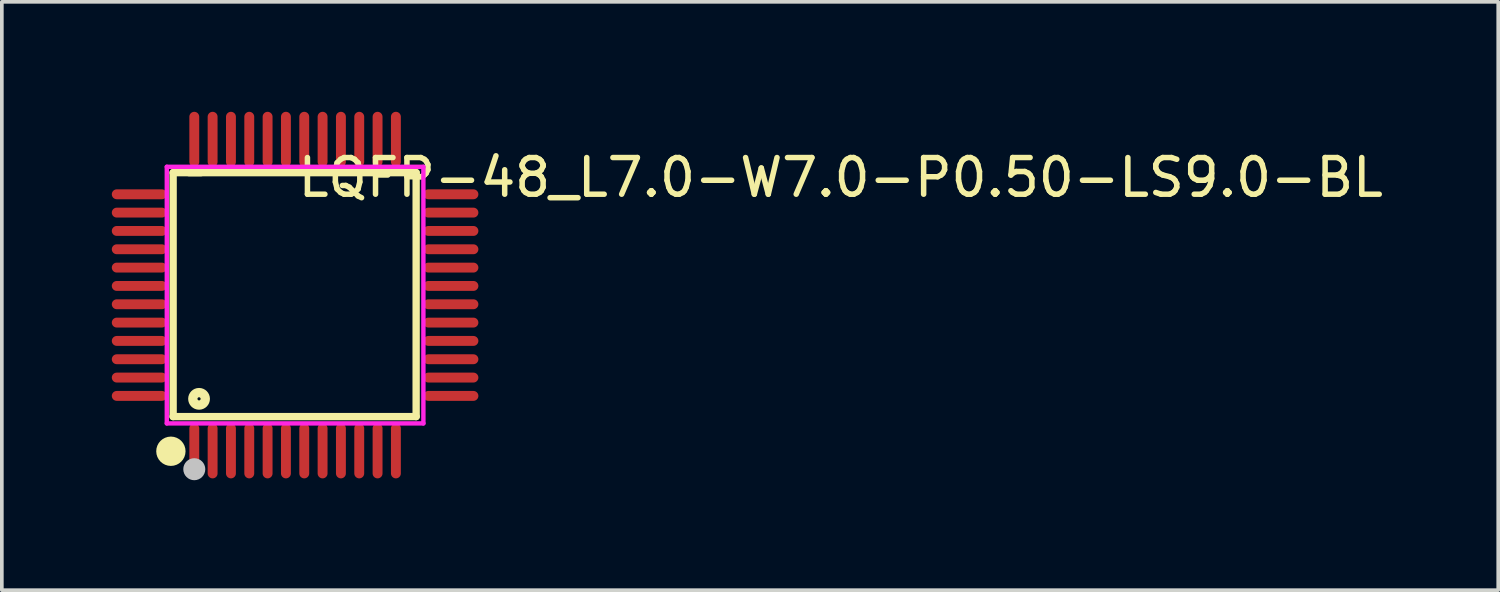
<source format=kicad_pcb>
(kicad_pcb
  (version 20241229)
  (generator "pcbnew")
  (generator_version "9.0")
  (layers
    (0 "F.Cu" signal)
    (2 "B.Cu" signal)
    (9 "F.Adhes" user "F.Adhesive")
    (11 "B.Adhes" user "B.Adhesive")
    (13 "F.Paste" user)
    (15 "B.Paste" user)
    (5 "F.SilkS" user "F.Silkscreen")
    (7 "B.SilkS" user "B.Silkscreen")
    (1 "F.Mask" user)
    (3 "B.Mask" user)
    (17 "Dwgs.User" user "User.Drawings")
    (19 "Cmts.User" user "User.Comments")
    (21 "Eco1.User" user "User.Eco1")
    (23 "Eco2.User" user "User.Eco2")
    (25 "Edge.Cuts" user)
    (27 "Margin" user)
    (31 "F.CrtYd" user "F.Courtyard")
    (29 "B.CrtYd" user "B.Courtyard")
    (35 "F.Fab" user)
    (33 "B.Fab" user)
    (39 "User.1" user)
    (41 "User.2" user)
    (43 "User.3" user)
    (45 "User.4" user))
  (footprint "LQFP-48_L7.0-W7.0-P0.50-LS9.0-BL"
    (layer "F.Cu")
    (at 5 5)
    (property "Reference" "LQFP-48_L7.0-W7.0-P0.50-LS9.0-BL" (at 0 -3.207 0) (layer "F.SilkS") (effects (font (size 1 1) (thickness 0.15)) (justify left)))
    (attr through_hole)
    (fp_line (start -3.327 -3.34) (end -2.565 -3.34) (stroke (width 0.2) (type solid)) (layer "F.SilkS"))
    (fp_line (start -3.327 3.315) (end -3.327 -3.34) (stroke (width 0.2) (type solid)) (layer "F.SilkS"))
    (fp_line (start -2.896 -3.34) (end 3.302 -3.34) (stroke (width 0.2) (type solid)) (layer "F.SilkS"))
    (fp_line (start 3.302 -3.34) (end 3.302 3.315) (stroke (width 0.2) (type solid)) (layer "F.SilkS"))
    (fp_line (start 3.302 3.315) (end -3.327 3.315) (stroke (width 0.2) (type solid)) (layer "F.SilkS"))
    (fp_arc (start -3.387 4.06) (mid -3.38973 4.460009) (end -3.38954 4.059991) (stroke (width 0.4) (type solid)) (layer "F.SilkS"))
    (fp_circle (center -2.62 2.83) (end -2.45 2.83) (stroke (width 0.254) (type solid)) (fill no) (layer "F.SilkS"))
    (fp_circle (center -2.75 4.75) (end -2.6 4.75) (stroke (width 0.3) (type solid)) (fill no) (layer "Dwgs.User"))
    (fp_line (start -3.81 -2.865) (end -3.49 -2.865) (stroke (width 0.12) (type solid)) (layer "Eco2.User"))
    (fp_line (start -3.81 -2.635) (end -3.81 -2.865) (stroke (width 0.12) (type solid)) (layer "Eco2.User"))
    (fp_line (start -3.81 -2.365) (end -3.49 -2.365) (stroke (width 0.12) (type solid)) (layer "Eco2.User"))
    (fp_line (start -3.81 -2.135) (end -3.81 -2.365) (stroke (width 0.12) (type solid)) (layer "Eco2.User"))
    (fp_line (start -3.81 -1.865) (end -3.49 -1.865) (stroke (width 0.12) (type solid)) (layer "Eco2.User"))
    (fp_line (start -3.81 -1.635) (end -3.81 -1.865) (stroke (width 0.12) (type solid)) (layer "Eco2.User"))
    (fp_line (start -3.81 -1.365) (end -3.49 -1.365) (stroke (width 0.12) (type solid)) (layer "Eco2.User"))
    (fp_line (start -3.81 -1.135) (end -3.81 -1.365) (stroke (width 0.12) (type solid)) (layer "Eco2.User"))
    (fp_line (start -3.81 -0.865) (end -3.49 -0.865) (stroke (width 0.12) (type solid)) (layer "Eco2.User"))
    (fp_line (start -3.81 -0.635) (end -3.81 -0.865) (stroke (width 0.12) (type solid)) (layer "Eco2.User"))
    (fp_line (start -3.81 -0.365) (end -3.49 -0.365) (stroke (width 0.12) (type solid)) (layer "Eco2.User"))
    (fp_line (start -3.81 -0.135) (end -3.81 -0.365) (stroke (width 0.12) (type solid)) (layer "Eco2.User"))
    (fp_line (start -3.81 0.135) (end -3.49 0.135) (stroke (width 0.12) (type solid)) (layer "Eco2.User"))
    (fp_line (start -3.81 0.365) (end -3.81 0.135) (stroke (width 0.12) (type solid)) (layer "Eco2.User"))
    (fp_line (start -3.81 0.635) (end -3.49 0.635) (stroke (width 0.12) (type solid)) (layer "Eco2.User"))
    (fp_line (start -3.81 0.865) (end -3.81 0.635) (stroke (width 0.12) (type solid)) (layer "Eco2.User"))
    (fp_line (start -3.81 1.135) (end -3.49 1.135) (stroke (width 0.12) (type solid)) (layer "Eco2.User"))
    (fp_line (start -3.81 1.365) (end -3.81 1.135) (stroke (width 0.12) (type solid)) (layer "Eco2.User"))
    (fp_line (start -3.81 1.635) (end -3.49 1.635) (stroke (width 0.12) (type solid)) (layer "Eco2.User"))
    (fp_line (start -3.81 1.865) (end -3.81 1.635) (stroke (width 0.12) (type solid)) (layer "Eco2.User"))
    (fp_line (start -3.81 2.135) (end -3.49 2.135) (stroke (width 0.12) (type solid)) (layer "Eco2.User"))
    (fp_line (start -3.81 2.365) (end -3.81 2.135) (stroke (width 0.12) (type solid)) (layer "Eco2.User"))
    (fp_line (start -3.81 2.635) (end -3.49 2.635) (stroke (width 0.12) (type solid)) (layer "Eco2.User"))
    (fp_line (start -3.81 2.865) (end -3.81 2.635) (stroke (width 0.12) (type solid)) (layer "Eco2.User"))
    (fp_line (start -3.49 -2.865) (end -3.49 -2.635) (stroke (width 0.12) (type solid)) (layer "Eco2.User"))
    (fp_line (start -3.49 -2.635) (end -3.81 -2.635) (stroke (width 0.12) (type solid)) (layer "Eco2.User"))
    (fp_line (start -3.49 -2.365) (end -3.49 -2.135) (stroke (width 0.12) (type solid)) (layer "Eco2.User"))
    (fp_line (start -3.49 -2.135) (end -3.81 -2.135) (stroke (width 0.12) (type solid)) (layer "Eco2.User"))
    (fp_line (start -3.49 -1.865) (end -3.49 -1.635) (stroke (width 0.12) (type solid)) (layer "Eco2.User"))
    (fp_line (start -3.49 -1.635) (end -3.81 -1.635) (stroke (width 0.12) (type solid)) (layer "Eco2.User"))
    (fp_line (start -3.49 -1.365) (end -3.49 -1.135) (stroke (width 0.12) (type solid)) (layer "Eco2.User"))
    (fp_line (start -3.49 -1.135) (end -3.81 -1.135) (stroke (width 0.12) (type solid)) (layer "Eco2.User"))
    (fp_line (start -3.49 -0.865) (end -3.49 -0.635) (stroke (width 0.12) (type solid)) (layer "Eco2.User"))
    (fp_line (start -3.49 -0.635) (end -3.81 -0.635) (stroke (width 0.12) (type solid)) (layer "Eco2.User"))
    (fp_line (start -3.49 -0.365) (end -3.49 -0.135) (stroke (width 0.12) (type solid)) (layer "Eco2.User"))
    (fp_line (start -3.49 -0.135) (end -3.81 -0.135) (stroke (width 0.12) (type solid)) (layer "Eco2.User"))
    (fp_line (start -3.49 0.135) (end -3.49 0.365) (stroke (width 0.12) (type solid)) (layer "Eco2.User"))
    (fp_line (start -3.49 0.365) (end -3.81 0.365) (stroke (width 0.12) (type solid)) (layer "Eco2.User"))
    (fp_line (start -3.49 0.635) (end -3.49 0.865) (stroke (width 0.12) (type solid)) (layer "Eco2.User"))
    (fp_line (start -3.49 0.865) (end -3.81 0.865) (stroke (width 0.12) (type solid)) (layer "Eco2.User"))
    (fp_line (start -3.49 1.135) (end -3.49 1.365) (stroke (width 0.12) (type solid)) (layer "Eco2.User"))
    (fp_line (start -3.49 1.365) (end -3.81 1.365) (stroke (width 0.12) (type solid)) (layer "Eco2.User"))
    (fp_line (start -3.49 1.635) (end -3.49 1.865) (stroke (width 0.12) (type solid)) (layer "Eco2.User"))
    (fp_line (start -3.49 1.865) (end -3.81 1.865) (stroke (width 0.12) (type solid)) (layer "Eco2.User"))
    (fp_line (start -3.49 2.135) (end -3.49 2.365) (stroke (width 0.12) (type solid)) (layer "Eco2.User"))
    (fp_line (start -3.49 2.365) (end -3.81 2.365) (stroke (width 0.12) (type solid)) (layer "Eco2.User"))
    (fp_line (start -3.49 2.635) (end -3.49 2.865) (stroke (width 0.12) (type solid)) (layer "Eco2.User"))
    (fp_line (start -3.49 2.865) (end -3.81 2.865) (stroke (width 0.12) (type solid)) (layer "Eco2.User"))
    (fp_line (start -2.865 -3.81) (end -2.635 -3.81) (stroke (width 0.12) (type solid)) (layer "Eco2.User"))
    (fp_line (start -2.865 -3.49) (end -2.865 -3.81) (stroke (width 0.12) (type solid)) (layer "Eco2.User"))
    (fp_line (start -2.865 3.49) (end -2.635 3.49) (stroke (width 0.12) (type solid)) (layer "Eco2.User"))
    (fp_line (start -2.865 3.81) (end -2.865 3.49) (stroke (width 0.12) (type solid)) (layer "Eco2.User"))
    (fp_line (start -2.635 -3.81) (end -2.635 -3.49) (stroke (width 0.12) (type solid)) (layer "Eco2.User"))
    (fp_line (start -2.635 -3.49) (end -2.865 -3.49) (stroke (width 0.12) (type solid)) (layer "Eco2.User"))
    (fp_line (start -2.635 3.49) (end -2.635 3.81) (stroke (width 0.12) (type solid)) (layer "Eco2.User"))
    (fp_line (start -2.635 3.81) (end -2.865 3.81) (stroke (width 0.12) (type solid)) (layer "Eco2.User"))
    (fp_line (start -2.365 -3.81) (end -2.135 -3.81) (stroke (width 0.12) (type solid)) (layer "Eco2.User"))
    (fp_line (start -2.365 -3.49) (end -2.365 -3.81) (stroke (width 0.12) (type solid)) (layer "Eco2.User"))
    (fp_line (start -2.365 3.49) (end -2.135 3.49) (stroke (width 0.12) (type solid)) (layer "Eco2.User"))
    (fp_line (start -2.365 3.81) (end -2.365 3.49) (stroke (width 0.12) (type solid)) (layer "Eco2.User"))
    (fp_line (start -2.135 -3.81) (end -2.135 -3.49) (stroke (width 0.12) (type solid)) (layer "Eco2.User"))
    (fp_line (start -2.135 -3.49) (end -2.365 -3.49) (stroke (width 0.12) (type solid)) (layer "Eco2.User"))
    (fp_line (start -2.135 3.49) (end -2.135 3.81) (stroke (width 0.12) (type solid)) (layer "Eco2.User"))
    (fp_line (start -2.135 3.81) (end -2.365 3.81) (stroke (width 0.12) (type solid)) (layer "Eco2.User"))
    (fp_line (start -1.865 -3.81) (end -1.635 -3.81) (stroke (width 0.12) (type solid)) (layer "Eco2.User"))
    (fp_line (start -1.865 -3.49) (end -1.865 -3.81) (stroke (width 0.12) (type solid)) (layer "Eco2.User"))
    (fp_line (start -1.865 3.49) (end -1.635 3.49) (stroke (width 0.12) (type solid)) (layer "Eco2.User"))
    (fp_line (start -1.865 3.81) (end -1.865 3.49) (stroke (width 0.12) (type solid)) (layer "Eco2.User"))
    (fp_line (start -1.635 -3.81) (end -1.635 -3.49) (stroke (width 0.12) (type solid)) (layer "Eco2.User"))
    (fp_line (start -1.635 -3.49) (end -1.865 -3.49) (stroke (width 0.12) (type solid)) (layer "Eco2.User"))
    (fp_line (start -1.635 3.49) (end -1.635 3.81) (stroke (width 0.12) (type solid)) (layer "Eco2.User"))
    (fp_line (start -1.635 3.81) (end -1.865 3.81) (stroke (width 0.12) (type solid)) (layer "Eco2.User"))
    (fp_line (start -1.365 -3.81) (end -1.135 -3.81) (stroke (width 0.12) (type solid)) (layer "Eco2.User"))
    (fp_line (start -1.365 -3.49) (end -1.365 -3.81) (stroke (width 0.12) (type solid)) (layer "Eco2.User"))
    (fp_line (start -1.365 3.49) (end -1.135 3.49) (stroke (width 0.12) (type solid)) (layer "Eco2.User"))
    (fp_line (start -1.365 3.81) (end -1.365 3.49) (stroke (width 0.12) (type solid)) (layer "Eco2.User"))
    (fp_line (start -1.135 -3.81) (end -1.135 -3.49) (stroke (width 0.12) (type solid)) (layer "Eco2.User"))
    (fp_line (start -1.135 -3.49) (end -1.365 -3.49) (stroke (width 0.12) (type solid)) (layer "Eco2.User"))
    (fp_line (start -1.135 3.49) (end -1.135 3.81) (stroke (width 0.12) (type solid)) (layer "Eco2.User"))
    (fp_line (start -1.135 3.81) (end -1.365 3.81) (stroke (width 0.12) (type solid)) (layer "Eco2.User"))
    (fp_line (start -0.865 -3.81) (end -0.635 -3.81) (stroke (width 0.12) (type solid)) (layer "Eco2.User"))
    (fp_line (start -0.865 -3.49) (end -0.865 -3.81) (stroke (width 0.12) (type solid)) (layer "Eco2.User"))
    (fp_line (start -0.865 3.49) (end -0.635 3.49) (stroke (width 0.12) (type solid)) (layer "Eco2.User"))
    (fp_line (start -0.865 3.81) (end -0.865 3.49) (stroke (width 0.12) (type solid)) (layer "Eco2.User"))
    (fp_line (start -0.635 -3.81) (end -0.635 -3.49) (stroke (width 0.12) (type solid)) (layer "Eco2.User"))
    (fp_line (start -0.635 -3.49) (end -0.865 -3.49) (stroke (width 0.12) (type solid)) (layer "Eco2.User"))
    (fp_line (start -0.635 3.49) (end -0.635 3.81) (stroke (width 0.12) (type solid)) (layer "Eco2.User"))
    (fp_line (start -0.635 3.81) (end -0.865 3.81) (stroke (width 0.12) (type solid)) (layer "Eco2.User"))
    (fp_line (start -0.365 -3.81) (end -0.135 -3.81) (stroke (width 0.12) (type solid)) (layer "Eco2.User"))
    (fp_line (start -0.365 -3.49) (end -0.365 -3.81) (stroke (width 0.12) (type solid)) (layer "Eco2.User"))
    (fp_line (start -0.365 3.49) (end -0.135 3.49) (stroke (width 0.12) (type solid)) (layer "Eco2.User"))
    (fp_line (start -0.365 3.81) (end -0.365 3.49) (stroke (width 0.12) (type solid)) (layer "Eco2.User"))
    (fp_line (start -0.135 -3.81) (end -0.135 -3.49) (stroke (width 0.12) (type solid)) (layer "Eco2.User"))
    (fp_line (start -0.135 -3.49) (end -0.365 -3.49) (stroke (width 0.12) (type solid)) (layer "Eco2.User"))
    (fp_line (start -0.135 3.49) (end -0.135 3.81) (stroke (width 0.12) (type solid)) (layer "Eco2.User"))
    (fp_line (start -0.135 3.81) (end -0.365 3.81) (stroke (width 0.12) (type solid)) (layer "Eco2.User"))
    (fp_line (start 0.135 -3.81) (end 0.365 -3.81) (stroke (width 0.12) (type solid)) (layer "Eco2.User"))
    (fp_line (start 0.135 -3.49) (end 0.135 -3.81) (stroke (width 0.12) (type solid)) (layer "Eco2.User"))
    (fp_line (start 0.135 3.49) (end 0.365 3.49) (stroke (width 0.12) (type solid)) (layer "Eco2.User"))
    (fp_line (start 0.135 3.81) (end 0.135 3.49) (stroke (width 0.12) (type solid)) (layer "Eco2.User"))
    (fp_line (start 0.365 -3.81) (end 0.365 -3.49) (stroke (width 0.12) (type solid)) (layer "Eco2.User"))
    (fp_line (start 0.365 -3.49) (end 0.135 -3.49) (stroke (width 0.12) (type solid)) (layer "Eco2.User"))
    (fp_line (start 0.365 3.49) (end 0.365 3.81) (stroke (width 0.12) (type solid)) (layer "Eco2.User"))
    (fp_line (start 0.365 3.81) (end 0.135 3.81) (stroke (width 0.12) (type solid)) (layer "Eco2.User"))
    (fp_line (start 0.635 -3.81) (end 0.865 -3.81) (stroke (width 0.12) (type solid)) (layer "Eco2.User"))
    (fp_line (start 0.635 -3.49) (end 0.635 -3.81) (stroke (width 0.12) (type solid)) (layer "Eco2.User"))
    (fp_line (start 0.635 3.49) (end 0.865 3.49) (stroke (width 0.12) (type solid)) (layer "Eco2.User"))
    (fp_line (start 0.635 3.81) (end 0.635 3.49) (stroke (width 0.12) (type solid)) (layer "Eco2.User"))
    (fp_line (start 0.865 -3.81) (end 0.865 -3.49) (stroke (width 0.12) (type solid)) (layer "Eco2.User"))
    (fp_line (start 0.865 -3.49) (end 0.635 -3.49) (stroke (width 0.12) (type solid)) (layer "Eco2.User"))
    (fp_line (start 0.865 3.49) (end 0.865 3.81) (stroke (width 0.12) (type solid)) (layer "Eco2.User"))
    (fp_line (start 0.865 3.81) (end 0.635 3.81) (stroke (width 0.12) (type solid)) (layer "Eco2.User"))
    (fp_line (start 1.135 -3.81) (end 1.365 -3.81) (stroke (width 0.12) (type solid)) (layer "Eco2.User"))
    (fp_line (start 1.135 -3.49) (end 1.135 -3.81) (stroke (width 0.12) (type solid)) (layer "Eco2.User"))
    (fp_line (start 1.135 3.49) (end 1.365 3.49) (stroke (width 0.12) (type solid)) (layer "Eco2.User"))
    (fp_line (start 1.135 3.81) (end 1.135 3.49) (stroke (width 0.12) (type solid)) (layer "Eco2.User"))
    (fp_line (start 1.365 -3.81) (end 1.365 -3.49) (stroke (width 0.12) (type solid)) (layer "Eco2.User"))
    (fp_line (start 1.365 -3.49) (end 1.135 -3.49) (stroke (width 0.12) (type solid)) (layer "Eco2.User"))
    (fp_line (start 1.365 3.49) (end 1.365 3.81) (stroke (width 0.12) (type solid)) (layer "Eco2.User"))
    (fp_line (start 1.365 3.81) (end 1.135 3.81) (stroke (width 0.12) (type solid)) (layer "Eco2.User"))
    (fp_line (start 1.635 -3.81) (end 1.865 -3.81) (stroke (width 0.12) (type solid)) (layer "Eco2.User"))
    (fp_line (start 1.635 -3.49) (end 1.635 -3.81) (stroke (width 0.12) (type solid)) (layer "Eco2.User"))
    (fp_line (start 1.635 3.49) (end 1.865 3.49) (stroke (width 0.12) (type solid)) (layer "Eco2.User"))
    (fp_line (start 1.635 3.81) (end 1.635 3.49) (stroke (width 0.12) (type solid)) (layer "Eco2.User"))
    (fp_line (start 1.865 -3.81) (end 1.865 -3.49) (stroke (width 0.12) (type solid)) (layer "Eco2.User"))
    (fp_line (start 1.865 -3.49) (end 1.635 -3.49) (stroke (width 0.12) (type solid)) (layer "Eco2.User"))
    (fp_line (start 1.865 3.49) (end 1.865 3.81) (stroke (width 0.12) (type solid)) (layer "Eco2.User"))
    (fp_line (start 1.865 3.81) (end 1.635 3.81) (stroke (width 0.12) (type solid)) (layer "Eco2.User"))
    (fp_line (start 2.135 -3.81) (end 2.365 -3.81) (stroke (width 0.12) (type solid)) (layer "Eco2.User"))
    (fp_line (start 2.135 -3.49) (end 2.135 -3.81) (stroke (width 0.12) (type solid)) (layer "Eco2.User"))
    (fp_line (start 2.135 3.49) (end 2.365 3.49) (stroke (width 0.12) (type solid)) (layer "Eco2.User"))
    (fp_line (start 2.135 3.81) (end 2.135 3.49) (stroke (width 0.12) (type solid)) (layer "Eco2.User"))
    (fp_line (start 2.365 -3.81) (end 2.365 -3.49) (stroke (width 0.12) (type solid)) (layer "Eco2.User"))
    (fp_line (start 2.365 -3.49) (end 2.135 -3.49) (stroke (width 0.12) (type solid)) (layer "Eco2.User"))
    (fp_line (start 2.365 3.49) (end 2.365 3.81) (stroke (width 0.12) (type solid)) (layer "Eco2.User"))
    (fp_line (start 2.365 3.81) (end 2.135 3.81) (stroke (width 0.12) (type solid)) (layer "Eco2.User"))
    (fp_line (start 2.635 -3.81) (end 2.865 -3.81) (stroke (width 0.12) (type solid)) (layer "Eco2.User"))
    (fp_line (start 2.635 -3.49) (end 2.635 -3.81) (stroke (width 0.12) (type solid)) (layer "Eco2.User"))
    (fp_line (start 2.635 3.49) (end 2.865 3.49) (stroke (width 0.12) (type solid)) (layer "Eco2.User"))
    (fp_line (start 2.635 3.81) (end 2.635 3.49) (stroke (width 0.12) (type solid)) (layer "Eco2.User"))
    (fp_line (start 2.865 -3.81) (end 2.865 -3.49) (stroke (width 0.12) (type solid)) (layer "Eco2.User"))
    (fp_line (start 2.865 -3.49) (end 2.635 -3.49) (stroke (width 0.12) (type solid)) (layer "Eco2.User"))
    (fp_line (start 2.865 3.49) (end 2.865 3.81) (stroke (width 0.12) (type solid)) (layer "Eco2.User"))
    (fp_line (start 2.865 3.81) (end 2.635 3.81) (stroke (width 0.12) (type solid)) (layer "Eco2.User"))
    (fp_line (start 3.49 -2.865) (end 3.81 -2.865) (stroke (width 0.12) (type solid)) (layer "Eco2.User"))
    (fp_line (start 3.49 -2.635) (end 3.49 -2.865) (stroke (width 0.12) (type solid)) (layer "Eco2.User"))
    (fp_line (start 3.49 -2.365) (end 3.81 -2.365) (stroke (width 0.12) (type solid)) (layer "Eco2.User"))
    (fp_line (start 3.49 -2.135) (end 3.49 -2.365) (stroke (width 0.12) (type solid)) (layer "Eco2.User"))
    (fp_line (start 3.49 -1.865) (end 3.81 -1.865) (stroke (width 0.12) (type solid)) (layer "Eco2.User"))
    (fp_line (start 3.49 -1.635) (end 3.49 -1.865) (stroke (width 0.12) (type solid)) (layer "Eco2.User"))
    (fp_line (start 3.49 -1.365) (end 3.81 -1.365) (stroke (width 0.12) (type solid)) (layer "Eco2.User"))
    (fp_line (start 3.49 -1.135) (end 3.49 -1.365) (stroke (width 0.12) (type solid)) (layer "Eco2.User"))
    (fp_line (start 3.49 -0.865) (end 3.81 -0.865) (stroke (width 0.12) (type solid)) (layer "Eco2.User"))
    (fp_line (start 3.49 -0.635) (end 3.49 -0.865) (stroke (width 0.12) (type solid)) (layer "Eco2.User"))
    (fp_line (start 3.49 -0.365) (end 3.81 -0.365) (stroke (width 0.12) (type solid)) (layer "Eco2.User"))
    (fp_line (start 3.49 -0.135) (end 3.49 -0.365) (stroke (width 0.12) (type solid)) (layer "Eco2.User"))
    (fp_line (start 3.49 0.135) (end 3.81 0.135) (stroke (width 0.12) (type solid)) (layer "Eco2.User"))
    (fp_line (start 3.49 0.365) (end 3.49 0.135) (stroke (width 0.12) (type solid)) (layer "Eco2.User"))
    (fp_line (start 3.49 0.635) (end 3.81 0.635) (stroke (width 0.12) (type solid)) (layer "Eco2.User"))
    (fp_line (start 3.49 0.865) (end 3.49 0.635) (stroke (width 0.12) (type solid)) (layer "Eco2.User"))
    (fp_line (start 3.49 1.135) (end 3.81 1.135) (stroke (width 0.12) (type solid)) (layer "Eco2.User"))
    (fp_line (start 3.49 1.365) (end 3.49 1.135) (stroke (width 0.12) (type solid)) (layer "Eco2.User"))
    (fp_line (start 3.49 1.635) (end 3.81 1.635) (stroke (width 0.12) (type solid)) (layer "Eco2.User"))
    (fp_line (start 3.49 1.865) (end 3.49 1.635) (stroke (width 0.12) (type solid)) (layer "Eco2.User"))
    (fp_line (start 3.49 2.135) (end 3.81 2.135) (stroke (width 0.12) (type solid)) (layer "Eco2.User"))
    (fp_line (start 3.49 2.365) (end 3.49 2.135) (stroke (width 0.12) (type solid)) (layer "Eco2.User"))
    (fp_line (start 3.49 2.635) (end 3.81 2.635) (stroke (width 0.12) (type solid)) (layer "Eco2.User"))
    (fp_line (start 3.49 2.865) (end 3.49 2.635) (stroke (width 0.12) (type solid)) (layer "Eco2.User"))
    (fp_line (start 3.81 -2.865) (end 3.81 -2.635) (stroke (width 0.12) (type solid)) (layer "Eco2.User"))
    (fp_line (start 3.81 -2.635) (end 3.49 -2.635) (stroke (width 0.12) (type solid)) (layer "Eco2.User"))
    (fp_line (start 3.81 -2.365) (end 3.81 -2.135) (stroke (width 0.12) (type solid)) (layer "Eco2.User"))
    (fp_line (start 3.81 -2.135) (end 3.49 -2.135) (stroke (width 0.12) (type solid)) (layer "Eco2.User"))
    (fp_line (start 3.81 -1.865) (end 3.81 -1.635) (stroke (width 0.12) (type solid)) (layer "Eco2.User"))
    (fp_line (start 3.81 -1.635) (end 3.49 -1.635) (stroke (width 0.12) (type solid)) (layer "Eco2.User"))
    (fp_line (start 3.81 -1.365) (end 3.81 -1.135) (stroke (width 0.12) (type solid)) (layer "Eco2.User"))
    (fp_line (start 3.81 -1.135) (end 3.49 -1.135) (stroke (width 0.12) (type solid)) (layer "Eco2.User"))
    (fp_line (start 3.81 -0.865) (end 3.81 -0.635) (stroke (width 0.12) (type solid)) (layer "Eco2.User"))
    (fp_line (start 3.81 -0.635) (end 3.49 -0.635) (stroke (width 0.12) (type solid)) (layer "Eco2.User"))
    (fp_line (start 3.81 -0.365) (end 3.81 -0.135) (stroke (width 0.12) (type solid)) (layer "Eco2.User"))
    (fp_line (start 3.81 -0.135) (end 3.49 -0.135) (stroke (width 0.12) (type solid)) (layer "Eco2.User"))
    (fp_line (start 3.81 0.135) (end 3.81 0.365) (stroke (width 0.12) (type solid)) (layer "Eco2.User"))
    (fp_line (start 3.81 0.365) (end 3.49 0.365) (stroke (width 0.12) (type solid)) (layer "Eco2.User"))
    (fp_line (start 3.81 0.635) (end 3.81 0.865) (stroke (width 0.12) (type solid)) (layer "Eco2.User"))
    (fp_line (start 3.81 0.865) (end 3.49 0.865) (stroke (width 0.12) (type solid)) (layer "Eco2.User"))
    (fp_line (start 3.81 1.135) (end 3.81 1.365) (stroke (width 0.12) (type solid)) (layer "Eco2.User"))
    (fp_line (start 3.81 1.365) (end 3.49 1.365) (stroke (width 0.12) (type solid)) (layer "Eco2.User"))
    (fp_line (start 3.81 1.635) (end 3.81 1.865) (stroke (width 0.12) (type solid)) (layer "Eco2.User"))
    (fp_line (start 3.81 1.865) (end 3.49 1.865) (stroke (width 0.12) (type solid)) (layer "Eco2.User"))
    (fp_line (start 3.81 2.135) (end 3.81 2.365) (stroke (width 0.12) (type solid)) (layer "Eco2.User"))
    (fp_line (start 3.81 2.365) (end 3.49 2.365) (stroke (width 0.12) (type solid)) (layer "Eco2.User"))
    (fp_line (start 3.81 2.635) (end 3.81 2.865) (stroke (width 0.12) (type solid)) (layer "Eco2.User"))
    (fp_line (start 3.81 2.865) (end 3.49 2.865) (stroke (width 0.12) (type solid)) (layer "Eco2.User"))
    (fp_circle (center -4.5 4.5) (end -4.47 4.5) (stroke (width 0.06) (type solid)) (fill no) (layer "Eco2.User"))
    (fp_poly (pts (xy -4.5 -2.865) (xy -3.8 -2.865) (xy -3.8 -2.635) (xy -4.5 -2.635)) (stroke (width 0.12) (type solid)) (fill no) (layer "Eco2.User"))
    (fp_poly (pts (xy -4.5 -2.365) (xy -3.8 -2.365) (xy -3.8 -2.135) (xy -4.5 -2.135)) (stroke (width 0.12) (type solid)) (fill no) (layer "Eco2.User"))
    (fp_poly (pts (xy -4.5 -1.865) (xy -3.8 -1.865) (xy -3.8 -1.635) (xy -4.5 -1.635)) (stroke (width 0.12) (type solid)) (fill no) (layer "Eco2.User"))
    (fp_poly (pts (xy -4.5 -1.365) (xy -3.8 -1.365) (xy -3.8 -1.135) (xy -4.5 -1.135)) (stroke (width 0.12) (type solid)) (fill no) (layer "Eco2.User"))
    (fp_poly (pts (xy -4.5 -0.865) (xy -3.8 -0.865) (xy -3.8 -0.635) (xy -4.5 -0.635)) (stroke (width 0.12) (type solid)) (fill no) (layer "Eco2.User"))
    (fp_poly (pts (xy -4.5 -0.365) (xy -3.8 -0.365) (xy -3.8 -0.135) (xy -4.5 -0.135)) (stroke (width 0.12) (type solid)) (fill no) (layer "Eco2.User"))
    (fp_poly (pts (xy -4.5 0.135) (xy -3.8 0.135) (xy -3.8 0.365) (xy -4.5 0.365)) (stroke (width 0.12) (type solid)) (fill no) (layer "Eco2.User"))
    (fp_poly (pts (xy -4.5 0.635) (xy -3.8 0.635) (xy -3.8 0.865) (xy -4.5 0.865)) (stroke (width 0.12) (type solid)) (fill no) (layer "Eco2.User"))
    (fp_poly (pts (xy -4.5 1.135) (xy -3.8 1.135) (xy -3.8 1.365) (xy -4.5 1.365)) (stroke (width 0.12) (type solid)) (fill no) (layer "Eco2.User"))
    (fp_poly (pts (xy -4.5 1.635) (xy -3.8 1.635) (xy -3.8 1.865) (xy -4.5 1.865)) (stroke (width 0.12) (type solid)) (fill no) (layer "Eco2.User"))
    (fp_poly (pts (xy -4.5 2.135) (xy -3.8 2.135) (xy -3.8 2.365) (xy -4.5 2.365)) (stroke (width 0.12) (type solid)) (fill no) (layer "Eco2.User"))
    (fp_poly (pts (xy -4.5 2.635) (xy -3.8 2.635) (xy -3.8 2.865) (xy -4.5 2.865)) (stroke (width 0.12) (type solid)) (fill no) (layer "Eco2.User"))
    (fp_poly (pts (xy -2.865 4.5) (xy -2.865 3.8) (xy -2.635 3.8) (xy -2.635 4.5)) (stroke (width 0.12) (type solid)) (fill no) (layer "Eco2.User"))
    (fp_poly (pts (xy -2.635 -4.5) (xy -2.635 -3.8) (xy -2.865 -3.8) (xy -2.865 -4.5)) (stroke (width 0.12) (type solid)) (fill no) (layer "Eco2.User"))
    (fp_poly (pts (xy -2.365 4.5) (xy -2.365 3.8) (xy -2.135 3.8) (xy -2.135 4.5)) (stroke (width 0.12) (type solid)) (fill no) (layer "Eco2.User"))
    (fp_poly (pts (xy -2.135 -4.5) (xy -2.135 -3.8) (xy -2.365 -3.8) (xy -2.365 -4.5)) (stroke (width 0.12) (type solid)) (fill no) (layer "Eco2.User"))
    (fp_poly (pts (xy -1.865 4.5) (xy -1.865 3.8) (xy -1.635 3.8) (xy -1.635 4.5)) (stroke (width 0.12) (type solid)) (fill no) (layer "Eco2.User"))
    (fp_poly (pts (xy -1.635 -4.5) (xy -1.635 -3.8) (xy -1.865 -3.8) (xy -1.865 -4.5)) (stroke (width 0.12) (type solid)) (fill no) (layer "Eco2.User"))
    (fp_poly (pts (xy -1.365 4.5) (xy -1.365 3.8) (xy -1.135 3.8) (xy -1.135 4.5)) (stroke (width 0.12) (type solid)) (fill no) (layer "Eco2.User"))
    (fp_poly (pts (xy -1.135 -4.5) (xy -1.135 -3.8) (xy -1.365 -3.8) (xy -1.365 -4.5)) (stroke (width 0.12) (type solid)) (fill no) (layer "Eco2.User"))
    (fp_poly (pts (xy -0.865 4.5) (xy -0.865 3.8) (xy -0.635 3.8) (xy -0.635 4.5)) (stroke (width 0.12) (type solid)) (fill no) (layer "Eco2.User"))
    (fp_poly (pts (xy -0.635 -4.5) (xy -0.635 -3.8) (xy -0.865 -3.8) (xy -0.865 -4.5)) (stroke (width 0.12) (type solid)) (fill no) (layer "Eco2.User"))
    (fp_poly (pts (xy -0.365 4.5) (xy -0.365 3.8) (xy -0.135 3.8) (xy -0.135 4.5)) (stroke (width 0.12) (type solid)) (fill no) (layer "Eco2.User"))
    (fp_poly (pts (xy -0.135 -4.5) (xy -0.135 -3.8) (xy -0.365 -3.8) (xy -0.365 -4.5)) (stroke (width 0.12) (type solid)) (fill no) (layer "Eco2.User"))
    (fp_poly (pts (xy 0.135 4.5) (xy 0.135 3.8) (xy 0.365 3.8) (xy 0.365 4.5)) (stroke (width 0.12) (type solid)) (fill no) (layer "Eco2.User"))
    (fp_poly (pts (xy 0.365 -4.5) (xy 0.365 -3.8) (xy 0.135 -3.8) (xy 0.135 -4.5)) (stroke (width 0.12) (type solid)) (fill no) (layer "Eco2.User"))
    (fp_poly (pts (xy 0.635 4.5) (xy 0.635 3.8) (xy 0.865 3.8) (xy 0.865 4.5)) (stroke (width 0.12) (type solid)) (fill no) (layer "Eco2.User"))
    (fp_poly (pts (xy 0.865 -4.5) (xy 0.865 -3.8) (xy 0.635 -3.8) (xy 0.635 -4.5)) (stroke (width 0.12) (type solid)) (fill no) (layer "Eco2.User"))
    (fp_poly (pts (xy 1.135 4.5) (xy 1.135 3.8) (xy 1.365 3.8) (xy 1.365 4.5)) (stroke (width 0.12) (type solid)) (fill no) (layer "Eco2.User"))
    (fp_poly (pts (xy 1.365 -4.5) (xy 1.365 -3.8) (xy 1.135 -3.8) (xy 1.135 -4.5)) (stroke (width 0.12) (type solid)) (fill no) (layer "Eco2.User"))
    (fp_poly (pts (xy 1.635 4.5) (xy 1.635 3.8) (xy 1.865 3.8) (xy 1.865 4.5)) (stroke (width 0.12) (type solid)) (fill no) (layer "Eco2.User"))
    (fp_poly (pts (xy 1.865 -4.5) (xy 1.865 -3.8) (xy 1.635 -3.8) (xy 1.635 -4.5)) (stroke (width 0.12) (type solid)) (fill no) (layer "Eco2.User"))
    (fp_poly (pts (xy 2.135 4.5) (xy 2.135 3.8) (xy 2.365 3.8) (xy 2.365 4.5)) (stroke (width 0.12) (type solid)) (fill no) (layer "Eco2.User"))
    (fp_poly (pts (xy 2.365 -4.5) (xy 2.365 -3.8) (xy 2.135 -3.8) (xy 2.135 -4.5)) (stroke (width 0.12) (type solid)) (fill no) (layer "Eco2.User"))
    (fp_poly (pts (xy 2.635 4.5) (xy 2.635 3.8) (xy 2.865 3.8) (xy 2.865 4.5)) (stroke (width 0.12) (type solid)) (fill no) (layer "Eco2.User"))
    (fp_poly (pts (xy 2.865 -4.5) (xy 2.865 -3.8) (xy 2.635 -3.8) (xy 2.635 -4.5)) (stroke (width 0.12) (type solid)) (fill no) (layer "Eco2.User"))
    (fp_poly (pts (xy 4.5 -2.635) (xy 3.8 -2.635) (xy 3.8 -2.865) (xy 4.5 -2.865)) (stroke (width 0.12) (type solid)) (fill no) (layer "Eco2.User"))
    (fp_poly (pts (xy 4.5 -2.135) (xy 3.8 -2.135) (xy 3.8 -2.365) (xy 4.5 -2.365)) (stroke (width 0.12) (type solid)) (fill no) (layer "Eco2.User"))
    (fp_poly (pts (xy 4.5 -1.635) (xy 3.8 -1.635) (xy 3.8 -1.865) (xy 4.5 -1.865)) (stroke (width 0.12) (type solid)) (fill no) (layer "Eco2.User"))
    (fp_poly (pts (xy 4.5 -1.135) (xy 3.8 -1.135) (xy 3.8 -1.365) (xy 4.5 -1.365)) (stroke (width 0.12) (type solid)) (fill no) (layer "Eco2.User"))
    (fp_poly (pts (xy 4.5 -0.635) (xy 3.8 -0.635) (xy 3.8 -0.865) (xy 4.5 -0.865)) (stroke (width 0.12) (type solid)) (fill no) (layer "Eco2.User"))
    (fp_poly (pts (xy 4.5 -0.135) (xy 3.8 -0.135) (xy 3.8 -0.365) (xy 4.5 -0.365)) (stroke (width 0.12) (type solid)) (fill no) (layer "Eco2.User"))
    (fp_poly (pts (xy 4.5 0.365) (xy 3.8 0.365) (xy 3.8 0.135) (xy 4.5 0.135)) (stroke (width 0.12) (type solid)) (fill no) (layer "Eco2.User"))
    (fp_poly (pts (xy 4.5 0.865) (xy 3.8 0.865) (xy 3.8 0.635) (xy 4.5 0.635)) (stroke (width 0.12) (type solid)) (fill no) (layer "Eco2.User"))
    (fp_poly (pts (xy 4.5 1.365) (xy 3.8 1.365) (xy 3.8 1.135) (xy 4.5 1.135)) (stroke (width 0.12) (type solid)) (fill no) (layer "Eco2.User"))
    (fp_poly (pts (xy 4.5 1.865) (xy 3.8 1.865) (xy 3.8 1.635) (xy 4.5 1.635)) (stroke (width 0.12) (type solid)) (fill no) (layer "Eco2.User"))
    (fp_poly (pts (xy 4.5 2.365) (xy 3.8 2.365) (xy 3.8 2.135) (xy 4.5 2.135)) (stroke (width 0.12) (type solid)) (fill no) (layer "Eco2.User"))
    (fp_poly (pts (xy 4.5 2.865) (xy 3.8 2.865) (xy 3.8 2.635) (xy 4.5 2.635)) (stroke (width 0.12) (type solid)) (fill no) (layer "Eco2.User"))
    (fp_line (start -3.5 -3.5) (end 3.5 -3.5) (stroke (width 0.12) (type solid)) (layer "F.CrtYd"))
    (fp_line (start -3.5 3.5) (end -3.5 -3.5) (stroke (width 0.12) (type solid)) (layer "F.CrtYd"))
    (fp_line (start 3.5 -3.5) (end 3.5 3.5) (stroke (width 0.12) (type solid)) (layer "F.CrtYd"))
    (fp_line (start 3.5 3.5) (end -3.5 3.5) (stroke (width 0.12) (type solid)) (layer "F.CrtYd"))
    (pad "1" smd oval (at -2.75 4.25) (size 0.27 1.5) (layers "F.Cu" "F.Mask" "F.Paste"))
    (pad "2" smd oval (at -2.25 4.25) (size 0.27 1.5) (layers "F.Cu" "F.Mask" "F.Paste"))
    (pad "3" smd oval (at -1.75 4.25) (size 0.27 1.5) (layers "F.Cu" "F.Mask" "F.Paste"))
    (pad "4" smd oval (at -1.25 4.25) (size 0.27 1.5) (layers "F.Cu" "F.Mask" "F.Paste"))
    (pad "5" smd oval (at -0.75 4.25) (size 0.27 1.5) (layers "F.Cu" "F.Mask" "F.Paste"))
    (pad "6" smd oval (at -0.25 4.25) (size 0.27 1.5) (layers "F.Cu" "F.Mask" "F.Paste"))
    (pad "7" smd oval (at 0.25 4.25) (size 0.27 1.5) (layers "F.Cu" "F.Mask" "F.Paste"))
    (pad "8" smd oval (at 0.75 4.25) (size 0.27 1.5) (layers "F.Cu" "F.Mask" "F.Paste"))
    (pad "9" smd oval (at 1.25 4.25) (size 0.27 1.5) (layers "F.Cu" "F.Mask" "F.Paste"))
    (pad "10" smd oval (at 1.75 4.25) (size 0.27 1.5) (layers "F.Cu" "F.Mask" "F.Paste"))
    (pad "11" smd oval (at 2.25 4.25) (size 0.27 1.5) (layers "F.Cu" "F.Mask" "F.Paste"))
    (pad "12" smd oval (at 2.75 4.25) (size 0.27 1.5) (layers "F.Cu" "F.Mask" "F.Paste"))
    (pad "13" smd oval (at 4.25 2.75) (size 1.5 0.27) (layers "F.Cu" "F.Mask" "F.Paste"))
    (pad "14" smd oval (at 4.25 2.25) (size 1.5 0.27) (layers "F.Cu" "F.Mask" "F.Paste"))
    (pad "15" smd oval (at 4.25 1.75) (size 1.5 0.27) (layers "F.Cu" "F.Mask" "F.Paste"))
    (pad "16" smd oval (at 4.25 1.25) (size 1.5 0.27) (layers "F.Cu" "F.Mask" "F.Paste"))
    (pad "17" smd oval (at 4.25 0.75) (size 1.5 0.27) (layers "F.Cu" "F.Mask" "F.Paste"))
    (pad "18" smd oval (at 4.25 0.25) (size 1.5 0.27) (layers "F.Cu" "F.Mask" "F.Paste"))
    (pad "19" smd oval (at 4.25 -0.25) (size 1.5 0.27) (layers "F.Cu" "F.Mask" "F.Paste"))
    (pad "20" smd oval (at 4.25 -0.75) (size 1.5 0.27) (layers "F.Cu" "F.Mask" "F.Paste"))
    (pad "21" smd oval (at 4.25 -1.25) (size 1.5 0.27) (layers "F.Cu" "F.Mask" "F.Paste"))
    (pad "22" smd oval (at 4.25 -1.75) (size 1.5 0.27) (layers "F.Cu" "F.Mask" "F.Paste"))
    (pad "23" smd oval (at 4.25 -2.25) (size 1.5 0.27) (layers "F.Cu" "F.Mask" "F.Paste"))
    (pad "24" smd oval (at 4.25 -2.75) (size 1.5 0.27) (layers "F.Cu" "F.Mask" "F.Paste"))
    (pad "25" smd oval (at 2.75 -4.25) (size 0.27 1.5) (layers "F.Cu" "F.Mask" "F.Paste"))
    (pad "26" smd oval (at 2.25 -4.25) (size 0.27 1.5) (layers "F.Cu" "F.Mask" "F.Paste"))
    (pad "27" smd oval (at 1.75 -4.25) (size 0.27 1.5) (layers "F.Cu" "F.Mask" "F.Paste"))
    (pad "28" smd oval (at 1.25 -4.25) (size 0.27 1.5) (layers "F.Cu" "F.Mask" "F.Paste"))
    (pad "29" smd oval (at 0.75 -4.25) (size 0.27 1.5) (layers "F.Cu" "F.Mask" "F.Paste"))
    (pad "30" smd oval (at 0.25 -4.25) (size 0.27 1.5) (layers "F.Cu" "F.Mask" "F.Paste"))
    (pad "31" smd oval (at -0.25 -4.25) (size 0.27 1.5) (layers "F.Cu" "F.Mask" "F.Paste"))
    (pad "32" smd oval (at -0.75 -4.25) (size 0.27 1.5) (layers "F.Cu" "F.Mask" "F.Paste"))
    (pad "33" smd oval (at -1.25 -4.25) (size 0.27 1.5) (layers "F.Cu" "F.Mask" "F.Paste"))
    (pad "34" smd oval (at -1.75 -4.25) (size 0.27 1.5) (layers "F.Cu" "F.Mask" "F.Paste"))
    (pad "35" smd oval (at -2.25 -4.25) (size 0.27 1.5) (layers "F.Cu" "F.Mask" "F.Paste"))
    (pad "36" smd oval (at -2.75 -4.25) (size 0.27 1.5) (layers "F.Cu" "F.Mask" "F.Paste"))
    (pad "37" smd oval (at -4.25 -2.75) (size 1.5 0.27) (layers "F.Cu" "F.Mask" "F.Paste"))
    (pad "38" smd oval (at -4.25 -2.25) (size 1.5 0.27) (layers "F.Cu" "F.Mask" "F.Paste"))
    (pad "39" smd oval (at -4.25 -1.75) (size 1.5 0.27) (layers "F.Cu" "F.Mask" "F.Paste"))
    (pad "40" smd oval (at -4.25 -1.25) (size 1.5 0.27) (layers "F.Cu" "F.Mask" "F.Paste"))
    (pad "41" smd oval (at -4.25 -0.75) (size 1.5 0.27) (layers "F.Cu" "F.Mask" "F.Paste"))
    (pad "42" smd oval (at -4.25 -0.25) (size 1.5 0.27) (layers "F.Cu" "F.Mask" "F.Paste"))
    (pad "43" smd oval (at -4.25 0.25) (size 1.5 0.27) (layers "F.Cu" "F.Mask" "F.Paste"))
    (pad "44" smd oval (at -4.25 0.75) (size 1.5 0.27) (layers "F.Cu" "F.Mask" "F.Paste"))
    (pad "45" smd oval (at -4.25 1.25) (size 1.5 0.27) (layers "F.Cu" "F.Mask" "F.Paste"))
    (pad "46" smd oval (at -4.25 1.75) (size 1.5 0.27) (layers "F.Cu" "F.Mask" "F.Paste"))
    (pad "47" smd oval (at -4.25 2.25) (size 1.5 0.27) (layers "F.Cu" "F.Mask" "F.Paste"))
    (pad "48" smd oval (at -4.25 2.75) (size 1.5 0.27) (layers "F.Cu" "F.Mask" "F.Paste")))
  (gr_rect
    (start -3 -3)
    (end 37.821 13.05)
    (stroke (width 0.1) (type default))
    (fill no)
    (layer "Edge.Cuts")))
</source>
